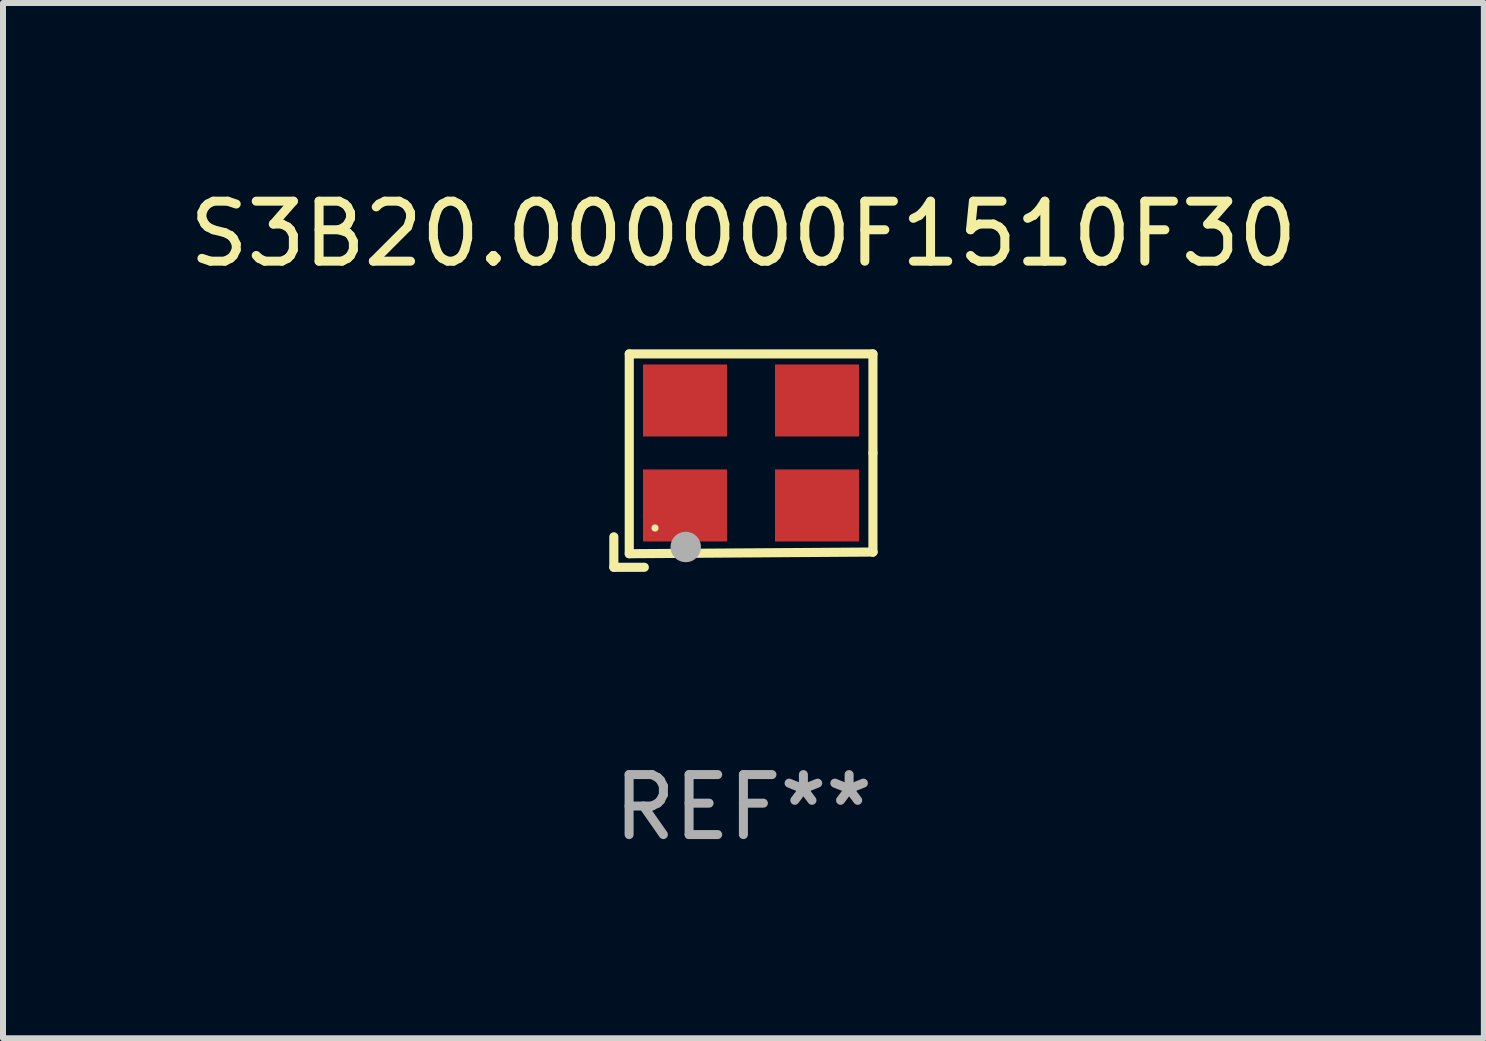
<source format=kicad_pcb>
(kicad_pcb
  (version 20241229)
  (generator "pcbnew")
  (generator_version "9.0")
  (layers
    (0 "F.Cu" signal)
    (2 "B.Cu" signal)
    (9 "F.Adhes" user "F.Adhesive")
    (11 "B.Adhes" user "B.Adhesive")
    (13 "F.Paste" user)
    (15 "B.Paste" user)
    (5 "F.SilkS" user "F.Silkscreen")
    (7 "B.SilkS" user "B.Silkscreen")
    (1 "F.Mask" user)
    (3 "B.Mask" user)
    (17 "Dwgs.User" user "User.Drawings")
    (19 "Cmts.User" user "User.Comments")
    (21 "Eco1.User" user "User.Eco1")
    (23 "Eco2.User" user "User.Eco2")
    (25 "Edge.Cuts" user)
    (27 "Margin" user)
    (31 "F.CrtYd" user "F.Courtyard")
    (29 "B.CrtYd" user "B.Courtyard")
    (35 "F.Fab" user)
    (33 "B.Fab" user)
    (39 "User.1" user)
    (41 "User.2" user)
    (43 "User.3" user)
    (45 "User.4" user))
  (footprint "S3B20.000000F1510F30"
    (layer "F.Cu")
    (at 9.339 4.626)
    (property "Reference" "S3B20.000000F1510F30" (at 0 -3.778 0) (layer "F.SilkS") (effects (font (size 1 1) (thickness 0.15))))
    (attr through_hole)
    (fp_line (start -2.159 1.27) (end -2.159 1.778) (stroke (width 0.152) (type solid)) (layer "F.SilkS"))
    (fp_line (start -2.159 1.778) (end -1.651 1.778) (stroke (width 0.152) (type solid)) (layer "F.SilkS"))
    (fp_line (start -1.902 -1.778) (end 2.159 -1.778) (stroke (width 0.152) (type solid)) (layer "F.SilkS"))
    (fp_line (start -1.902 1.552) (end -1.902 -1.778) (stroke (width 0.152) (type solid)) (layer "F.SilkS"))
    (fp_line (start 2.159 -1.778) (end 2.159 -0.127) (stroke (width 0.152) (type solid)) (layer "F.SilkS"))
    (fp_line (start 2.159 -0.127) (end 2.159 1.524) (stroke (width 0.152) (type solid)) (layer "F.SilkS"))
    (fp_line (start 2.159 1.524) (end -1.902 1.552) (stroke (width 0.152) (type solid)) (layer "F.SilkS"))
    (fp_line (start 2.159 1.524) (end 2.159 1.524) (stroke (width 0.152) (type solid)) (layer "F.SilkS"))
    (fp_circle (center -1.473 1.123) (end -1.443 1.123) (stroke (width 0.06) (type solid)) (fill no) (layer "F.SilkS"))
    (fp_circle (center -0.961 1.44) (end -0.834 1.44) (stroke (width 0.254) (type solid)) (fill no) (layer "F.Fab"))
    (fp_text user "REF**" (at 0 5.778 0) (layer "F.Fab") (effects (font (size 1 1) (thickness 0.15))))
    (pad "1" smd rect (at -0.973 0.748) (size 1.4 1.2) (layers "F.Cu" "F.Mask" "F.Paste"))
    (pad "2" smd rect (at 1.227 0.748) (size 1.4 1.2) (layers "F.Cu" "F.Mask" "F.Paste"))
    (pad "3" smd rect (at 1.227 -1.002) (size 1.4 1.2) (layers "F.Cu" "F.Mask" "F.Paste"))
    (pad "4" smd rect (at -0.973 -1.002) (size 1.4 1.2) (layers "F.Cu" "F.Mask" "F.Paste")))
  (gr_rect
    (start -3 -3)
    (end 21.679 14.253)
    (stroke (width 0.1) (type default))
    (fill no)
    (layer "Edge.Cuts")))
</source>
